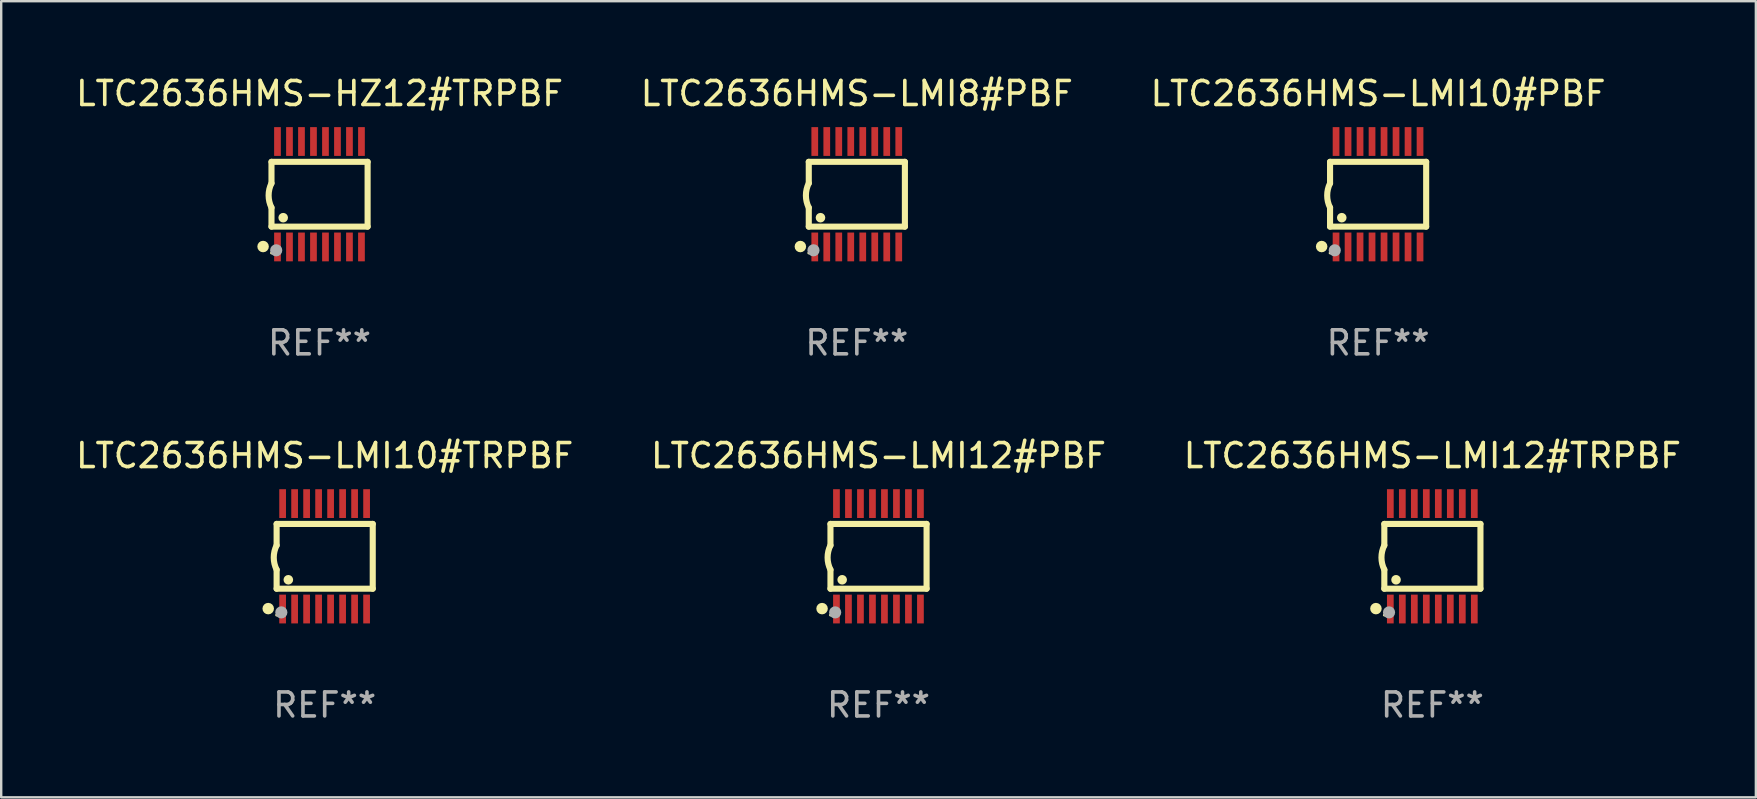
<source format=kicad_pcb>
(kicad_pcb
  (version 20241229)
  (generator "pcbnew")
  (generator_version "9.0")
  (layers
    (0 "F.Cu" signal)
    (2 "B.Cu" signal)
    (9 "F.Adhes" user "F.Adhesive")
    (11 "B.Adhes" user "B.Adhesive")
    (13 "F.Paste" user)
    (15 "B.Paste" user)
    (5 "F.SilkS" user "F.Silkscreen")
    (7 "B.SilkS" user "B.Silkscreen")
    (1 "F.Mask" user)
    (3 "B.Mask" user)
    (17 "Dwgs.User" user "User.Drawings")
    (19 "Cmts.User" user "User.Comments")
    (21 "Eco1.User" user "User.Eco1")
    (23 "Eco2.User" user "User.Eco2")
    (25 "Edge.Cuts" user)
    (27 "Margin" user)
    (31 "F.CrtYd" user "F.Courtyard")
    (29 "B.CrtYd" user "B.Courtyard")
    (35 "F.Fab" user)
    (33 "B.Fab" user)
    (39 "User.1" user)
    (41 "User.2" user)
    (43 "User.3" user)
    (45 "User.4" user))
  (footprint "LTC2636HMS-HZ12#TRPBF"
    (layer "F.Cu")
    (at 10.268 5.045)
    (property "Reference" "LTC2636HMS-HZ12#TRPBF" (at 0 -4.197 0) (layer "F.SilkS") (effects (font (size 1 1) (thickness 0.15))))
    (attr through_hole)
    (fp_line (start -2.003 -1.35) (end -2.003 -0.457) (stroke (width 0.254) (type solid)) (layer "F.SilkS"))
    (fp_line (start -2.003 -1.35) (end 2.003 -1.35) (stroke (width 0.254) (type solid)) (layer "F.SilkS"))
    (fp_line (start -2.003 1.35) (end -2.003 0.559) (stroke (width 0.254) (type solid)) (layer "F.SilkS"))
    (fp_line (start -2.003 1.35) (end 2.003 1.35) (stroke (width 0.254) (type solid)) (layer "F.SilkS"))
    (fp_line (start 2.003 -1.35) (end 2.003 1.35) (stroke (width 0.254) (type solid)) (layer "F.SilkS"))
    (fp_arc (start -2.002286 0.558802) (mid -2.122556 0.05092) (end -2.003302 -0.457201) (stroke (width 0.254001) (type solid)) (layer "F.SilkS"))
    (fp_circle (center -2.353 2.18) (end -2.233 2.18) (stroke (width 0.24) (type solid)) (fill no) (layer "F.SilkS"))
    (fp_circle (center -2.003 2.45) (end -1.973 2.45) (stroke (width 0.06) (type solid)) (fill no) (layer "F.SilkS"))
    (fp_circle (center -1.515 0.978) (end -1.415 0.978) (stroke (width 0.2) (type solid)) (fill no) (layer "F.SilkS"))
    (fp_circle (center -1.807 2.337) (end -1.68 2.337) (stroke (width 0.254) (type solid)) (fill no) (layer "F.Fab"))
    (fp_text user "REF**" (at 0 6.197 0) (layer "F.Fab") (effects (font (size 1 1) (thickness 0.15))))
    (pad "1" smd rect (at -1.753 2.197 90) (size 1.2 0.28) (layers "F.Cu" "F.Mask" "F.Paste"))
    (pad "2" smd rect (at -1.253 2.197 90) (size 1.2 0.28) (layers "F.Cu" "F.Mask" "F.Paste"))
    (pad "3" smd rect (at -0.753 2.197 90) (size 1.2 0.28) (layers "F.Cu" "F.Mask" "F.Paste"))
    (pad "4" smd rect (at -0.253 2.197 90) (size 1.2 0.28) (layers "F.Cu" "F.Mask" "F.Paste"))
    (pad "5" smd rect (at 0.247 2.197 90) (size 1.2 0.28) (layers "F.Cu" "F.Mask" "F.Paste"))
    (pad "6" smd rect (at 0.747 2.197 90) (size 1.2 0.28) (layers "F.Cu" "F.Mask" "F.Paste"))
    (pad "7" smd rect (at 1.247 2.197 90) (size 1.2 0.28) (layers "F.Cu" "F.Mask" "F.Paste"))
    (pad "8" smd rect (at 1.747 2.197 90) (size 1.2 0.28) (layers "F.Cu" "F.Mask" "F.Paste"))
    (pad "9" smd rect (at 1.747 -2.197 90) (size 1.2 0.28) (layers "F.Cu" "F.Mask" "F.Paste"))
    (pad "10" smd rect (at 1.247 -2.197 90) (size 1.2 0.28) (layers "F.Cu" "F.Mask" "F.Paste"))
    (pad "11" smd rect (at 0.747 -2.197 90) (size 1.2 0.28) (layers "F.Cu" "F.Mask" "F.Paste"))
    (pad "12" smd rect (at 0.247 -2.197 90) (size 1.2 0.28) (layers "F.Cu" "F.Mask" "F.Paste"))
    (pad "13" smd rect (at -0.253 -2.197 90) (size 1.2 0.28) (layers "F.Cu" "F.Mask" "F.Paste"))
    (pad "14" smd rect (at -0.753 -2.197 90) (size 1.2 0.28) (layers "F.Cu" "F.Mask" "F.Paste"))
    (pad "15" smd rect (at -1.253 -2.197 90) (size 1.2 0.28) (layers "F.Cu" "F.Mask" "F.Paste"))
    (pad "16" smd rect (at -1.753 -2.197 90) (size 1.2 0.28) (layers "F.Cu" "F.Mask" "F.Paste")))
  (footprint "LTC2636HMS-LMI8#PBF"
    (layer "F.Cu")
    (at 32.661 5.045)
    (property "Reference" "LTC2636HMS-LMI8#PBF" (at 0 -4.197 0) (layer "F.SilkS") (effects (font (size 1 1) (thickness 0.15))))
    (attr through_hole)
    (fp_line (start -2.003 -1.35) (end -2.003 -0.457) (stroke (width 0.254) (type solid)) (layer "F.SilkS"))
    (fp_line (start -2.003 -1.35) (end 2.003 -1.35) (stroke (width 0.254) (type solid)) (layer "F.SilkS"))
    (fp_line (start -2.003 1.35) (end -2.003 0.559) (stroke (width 0.254) (type solid)) (layer "F.SilkS"))
    (fp_line (start -2.003 1.35) (end 2.003 1.35) (stroke (width 0.254) (type solid)) (layer "F.SilkS"))
    (fp_line (start 2.003 -1.35) (end 2.003 1.35) (stroke (width 0.254) (type solid)) (layer "F.SilkS"))
    (fp_arc (start -2.002286 0.558802) (mid -2.122556 0.05092) (end -2.003302 -0.457201) (stroke (width 0.254001) (type solid)) (layer "F.SilkS"))
    (fp_circle (center -2.353 2.18) (end -2.233 2.18) (stroke (width 0.24) (type solid)) (fill no) (layer "F.SilkS"))
    (fp_circle (center -2.003 2.45) (end -1.973 2.45) (stroke (width 0.06) (type solid)) (fill no) (layer "F.SilkS"))
    (fp_circle (center -1.515 0.978) (end -1.415 0.978) (stroke (width 0.2) (type solid)) (fill no) (layer "F.SilkS"))
    (fp_circle (center -1.807 2.337) (end -1.68 2.337) (stroke (width 0.254) (type solid)) (fill no) (layer "F.Fab"))
    (fp_text user "REF**" (at 0 6.197 0) (layer "F.Fab") (effects (font (size 1 1) (thickness 0.15))))
    (pad "1" smd rect (at -1.753 2.197 90) (size 1.2 0.28) (layers "F.Cu" "F.Mask" "F.Paste"))
    (pad "2" smd rect (at -1.253 2.197 90) (size 1.2 0.28) (layers "F.Cu" "F.Mask" "F.Paste"))
    (pad "3" smd rect (at -0.753 2.197 90) (size 1.2 0.28) (layers "F.Cu" "F.Mask" "F.Paste"))
    (pad "4" smd rect (at -0.253 2.197 90) (size 1.2 0.28) (layers "F.Cu" "F.Mask" "F.Paste"))
    (pad "5" smd rect (at 0.247 2.197 90) (size 1.2 0.28) (layers "F.Cu" "F.Mask" "F.Paste"))
    (pad "6" smd rect (at 0.747 2.197 90) (size 1.2 0.28) (layers "F.Cu" "F.Mask" "F.Paste"))
    (pad "7" smd rect (at 1.247 2.197 90) (size 1.2 0.28) (layers "F.Cu" "F.Mask" "F.Paste"))
    (pad "8" smd rect (at 1.747 2.197 90) (size 1.2 0.28) (layers "F.Cu" "F.Mask" "F.Paste"))
    (pad "9" smd rect (at 1.747 -2.197 90) (size 1.2 0.28) (layers "F.Cu" "F.Mask" "F.Paste"))
    (pad "10" smd rect (at 1.247 -2.197 90) (size 1.2 0.28) (layers "F.Cu" "F.Mask" "F.Paste"))
    (pad "11" smd rect (at 0.747 -2.197 90) (size 1.2 0.28) (layers "F.Cu" "F.Mask" "F.Paste"))
    (pad "12" smd rect (at 0.247 -2.197 90) (size 1.2 0.28) (layers "F.Cu" "F.Mask" "F.Paste"))
    (pad "13" smd rect (at -0.253 -2.197 90) (size 1.2 0.28) (layers "F.Cu" "F.Mask" "F.Paste"))
    (pad "14" smd rect (at -0.753 -2.197 90) (size 1.2 0.28) (layers "F.Cu" "F.Mask" "F.Paste"))
    (pad "15" smd rect (at -1.253 -2.197 90) (size 1.2 0.28) (layers "F.Cu" "F.Mask" "F.Paste"))
    (pad "16" smd rect (at -1.753 -2.197 90) (size 1.2 0.28) (layers "F.Cu" "F.Mask" "F.Paste")))
  (footprint "LTC2636HMS-LMI12#TRPBF"
    (layer "F.Cu")
    (at 56.649 20.136)
    (property "Reference" "LTC2636HMS-LMI12#TRPBF" (at 0 -4.197 0) (layer "F.SilkS") (effects (font (size 1 1) (thickness 0.15))))
    (attr through_hole)
    (fp_line (start -2.003 -1.35) (end -2.003 -0.457) (stroke (width 0.254) (type solid)) (layer "F.SilkS"))
    (fp_line (start -2.003 -1.35) (end 2.003 -1.35) (stroke (width 0.254) (type solid)) (layer "F.SilkS"))
    (fp_line (start -2.003 1.35) (end -2.003 0.559) (stroke (width 0.254) (type solid)) (layer "F.SilkS"))
    (fp_line (start -2.003 1.35) (end 2.003 1.35) (stroke (width 0.254) (type solid)) (layer "F.SilkS"))
    (fp_line (start 2.003 -1.35) (end 2.003 1.35) (stroke (width 0.254) (type solid)) (layer "F.SilkS"))
    (fp_arc (start -2.002286 0.558802) (mid -2.122556 0.05092) (end -2.003302 -0.457201) (stroke (width 0.254001) (type solid)) (layer "F.SilkS"))
    (fp_circle (center -2.353 2.18) (end -2.233 2.18) (stroke (width 0.24) (type solid)) (fill no) (layer "F.SilkS"))
    (fp_circle (center -2.003 2.45) (end -1.973 2.45) (stroke (width 0.06) (type solid)) (fill no) (layer "F.SilkS"))
    (fp_circle (center -1.515 0.978) (end -1.415 0.978) (stroke (width 0.2) (type solid)) (fill no) (layer "F.SilkS"))
    (fp_circle (center -1.807 2.337) (end -1.68 2.337) (stroke (width 0.254) (type solid)) (fill no) (layer "F.Fab"))
    (fp_text user "REF**" (at 0 6.197 0) (layer "F.Fab") (effects (font (size 1 1) (thickness 0.15))))
    (pad "1" smd rect (at -1.753 2.197 90) (size 1.2 0.28) (layers "F.Cu" "F.Mask" "F.Paste"))
    (pad "2" smd rect (at -1.253 2.197 90) (size 1.2 0.28) (layers "F.Cu" "F.Mask" "F.Paste"))
    (pad "3" smd rect (at -0.753 2.197 90) (size 1.2 0.28) (layers "F.Cu" "F.Mask" "F.Paste"))
    (pad "4" smd rect (at -0.253 2.197 90) (size 1.2 0.28) (layers "F.Cu" "F.Mask" "F.Paste"))
    (pad "5" smd rect (at 0.247 2.197 90) (size 1.2 0.28) (layers "F.Cu" "F.Mask" "F.Paste"))
    (pad "6" smd rect (at 0.747 2.197 90) (size 1.2 0.28) (layers "F.Cu" "F.Mask" "F.Paste"))
    (pad "7" smd rect (at 1.247 2.197 90) (size 1.2 0.28) (layers "F.Cu" "F.Mask" "F.Paste"))
    (pad "8" smd rect (at 1.747 2.197 90) (size 1.2 0.28) (layers "F.Cu" "F.Mask" "F.Paste"))
    (pad "9" smd rect (at 1.747 -2.197 90) (size 1.2 0.28) (layers "F.Cu" "F.Mask" "F.Paste"))
    (pad "10" smd rect (at 1.247 -2.197 90) (size 1.2 0.28) (layers "F.Cu" "F.Mask" "F.Paste"))
    (pad "11" smd rect (at 0.747 -2.197 90) (size 1.2 0.28) (layers "F.Cu" "F.Mask" "F.Paste"))
    (pad "12" smd rect (at 0.247 -2.197 90) (size 1.2 0.28) (layers "F.Cu" "F.Mask" "F.Paste"))
    (pad "13" smd rect (at -0.253 -2.197 90) (size 1.2 0.28) (layers "F.Cu" "F.Mask" "F.Paste"))
    (pad "14" smd rect (at -0.753 -2.197 90) (size 1.2 0.28) (layers "F.Cu" "F.Mask" "F.Paste"))
    (pad "15" smd rect (at -1.253 -2.197 90) (size 1.2 0.28) (layers "F.Cu" "F.Mask" "F.Paste"))
    (pad "16" smd rect (at -1.753 -2.197 90) (size 1.2 0.28) (layers "F.Cu" "F.Mask" "F.Paste")))
  (footprint "LTC2636HMS-LMI10#PBF"
    (layer "F.Cu")
    (at 54.387 5.045)
    (property "Reference" "LTC2636HMS-LMI10#PBF" (at 0 -4.197 0) (layer "F.SilkS") (effects (font (size 1 1) (thickness 0.15))))
    (attr through_hole)
    (fp_line (start -2.003 -1.35) (end -2.003 -0.457) (stroke (width 0.254) (type solid)) (layer "F.SilkS"))
    (fp_line (start -2.003 -1.35) (end 2.003 -1.35) (stroke (width 0.254) (type solid)) (layer "F.SilkS"))
    (fp_line (start -2.003 1.35) (end -2.003 0.559) (stroke (width 0.254) (type solid)) (layer "F.SilkS"))
    (fp_line (start -2.003 1.35) (end 2.003 1.35) (stroke (width 0.254) (type solid)) (layer "F.SilkS"))
    (fp_line (start 2.003 -1.35) (end 2.003 1.35) (stroke (width 0.254) (type solid)) (layer "F.SilkS"))
    (fp_arc (start -2.002286 0.558802) (mid -2.122556 0.05092) (end -2.003302 -0.457201) (stroke (width 0.254001) (type solid)) (layer "F.SilkS"))
    (fp_circle (center -2.353 2.18) (end -2.233 2.18) (stroke (width 0.24) (type solid)) (fill no) (layer "F.SilkS"))
    (fp_circle (center -2.003 2.45) (end -1.973 2.45) (stroke (width 0.06) (type solid)) (fill no) (layer "F.SilkS"))
    (fp_circle (center -1.515 0.978) (end -1.415 0.978) (stroke (width 0.2) (type solid)) (fill no) (layer "F.SilkS"))
    (fp_circle (center -1.807 2.337) (end -1.68 2.337) (stroke (width 0.254) (type solid)) (fill no) (layer "F.Fab"))
    (fp_text user "REF**" (at 0 6.197 0) (layer "F.Fab") (effects (font (size 1 1) (thickness 0.15))))
    (pad "1" smd rect (at -1.753 2.197 90) (size 1.2 0.28) (layers "F.Cu" "F.Mask" "F.Paste"))
    (pad "2" smd rect (at -1.253 2.197 90) (size 1.2 0.28) (layers "F.Cu" "F.Mask" "F.Paste"))
    (pad "3" smd rect (at -0.753 2.197 90) (size 1.2 0.28) (layers "F.Cu" "F.Mask" "F.Paste"))
    (pad "4" smd rect (at -0.253 2.197 90) (size 1.2 0.28) (layers "F.Cu" "F.Mask" "F.Paste"))
    (pad "5" smd rect (at 0.247 2.197 90) (size 1.2 0.28) (layers "F.Cu" "F.Mask" "F.Paste"))
    (pad "6" smd rect (at 0.747 2.197 90) (size 1.2 0.28) (layers "F.Cu" "F.Mask" "F.Paste"))
    (pad "7" smd rect (at 1.247 2.197 90) (size 1.2 0.28) (layers "F.Cu" "F.Mask" "F.Paste"))
    (pad "8" smd rect (at 1.747 2.197 90) (size 1.2 0.28) (layers "F.Cu" "F.Mask" "F.Paste"))
    (pad "9" smd rect (at 1.747 -2.197 90) (size 1.2 0.28) (layers "F.Cu" "F.Mask" "F.Paste"))
    (pad "10" smd rect (at 1.247 -2.197 90) (size 1.2 0.28) (layers "F.Cu" "F.Mask" "F.Paste"))
    (pad "11" smd rect (at 0.747 -2.197 90) (size 1.2 0.28) (layers "F.Cu" "F.Mask" "F.Paste"))
    (pad "12" smd rect (at 0.247 -2.197 90) (size 1.2 0.28) (layers "F.Cu" "F.Mask" "F.Paste"))
    (pad "13" smd rect (at -0.253 -2.197 90) (size 1.2 0.28) (layers "F.Cu" "F.Mask" "F.Paste"))
    (pad "14" smd rect (at -0.753 -2.197 90) (size 1.2 0.28) (layers "F.Cu" "F.Mask" "F.Paste"))
    (pad "15" smd rect (at -1.253 -2.197 90) (size 1.2 0.28) (layers "F.Cu" "F.Mask" "F.Paste"))
    (pad "16" smd rect (at -1.753 -2.197 90) (size 1.2 0.28) (layers "F.Cu" "F.Mask" "F.Paste")))
  (footprint "LTC2636HMS-LMI10#TRPBF"
    (layer "F.Cu")
    (at 10.482 20.136)
    (property "Reference" "LTC2636HMS-LMI10#TRPBF" (at 0 -4.197 0) (layer "F.SilkS") (effects (font (size 1 1) (thickness 0.15))))
    (attr through_hole)
    (fp_line (start -2.003 -1.35) (end -2.003 -0.457) (stroke (width 0.254) (type solid)) (layer "F.SilkS"))
    (fp_line (start -2.003 -1.35) (end 2.003 -1.35) (stroke (width 0.254) (type solid)) (layer "F.SilkS"))
    (fp_line (start -2.003 1.35) (end -2.003 0.559) (stroke (width 0.254) (type solid)) (layer "F.SilkS"))
    (fp_line (start -2.003 1.35) (end 2.003 1.35) (stroke (width 0.254) (type solid)) (layer "F.SilkS"))
    (fp_line (start 2.003 -1.35) (end 2.003 1.35) (stroke (width 0.254) (type solid)) (layer "F.SilkS"))
    (fp_arc (start -2.002286 0.558802) (mid -2.122556 0.05092) (end -2.003302 -0.457201) (stroke (width 0.254001) (type solid)) (layer "F.SilkS"))
    (fp_circle (center -2.353 2.18) (end -2.233 2.18) (stroke (width 0.24) (type solid)) (fill no) (layer "F.SilkS"))
    (fp_circle (center -2.003 2.45) (end -1.973 2.45) (stroke (width 0.06) (type solid)) (fill no) (layer "F.SilkS"))
    (fp_circle (center -1.515 0.978) (end -1.415 0.978) (stroke (width 0.2) (type solid)) (fill no) (layer "F.SilkS"))
    (fp_circle (center -1.807 2.337) (end -1.68 2.337) (stroke (width 0.254) (type solid)) (fill no) (layer "F.Fab"))
    (fp_text user "REF**" (at 0 6.197 0) (layer "F.Fab") (effects (font (size 1 1) (thickness 0.15))))
    (pad "1" smd rect (at -1.753 2.197 90) (size 1.2 0.28) (layers "F.Cu" "F.Mask" "F.Paste"))
    (pad "2" smd rect (at -1.253 2.197 90) (size 1.2 0.28) (layers "F.Cu" "F.Mask" "F.Paste"))
    (pad "3" smd rect (at -0.753 2.197 90) (size 1.2 0.28) (layers "F.Cu" "F.Mask" "F.Paste"))
    (pad "4" smd rect (at -0.253 2.197 90) (size 1.2 0.28) (layers "F.Cu" "F.Mask" "F.Paste"))
    (pad "5" smd rect (at 0.247 2.197 90) (size 1.2 0.28) (layers "F.Cu" "F.Mask" "F.Paste"))
    (pad "6" smd rect (at 0.747 2.197 90) (size 1.2 0.28) (layers "F.Cu" "F.Mask" "F.Paste"))
    (pad "7" smd rect (at 1.247 2.197 90) (size 1.2 0.28) (layers "F.Cu" "F.Mask" "F.Paste"))
    (pad "8" smd rect (at 1.747 2.197 90) (size 1.2 0.28) (layers "F.Cu" "F.Mask" "F.Paste"))
    (pad "9" smd rect (at 1.747 -2.197 90) (size 1.2 0.28) (layers "F.Cu" "F.Mask" "F.Paste"))
    (pad "10" smd rect (at 1.247 -2.197 90) (size 1.2 0.28) (layers "F.Cu" "F.Mask" "F.Paste"))
    (pad "11" smd rect (at 0.747 -2.197 90) (size 1.2 0.28) (layers "F.Cu" "F.Mask" "F.Paste"))
    (pad "12" smd rect (at 0.247 -2.197 90) (size 1.2 0.28) (layers "F.Cu" "F.Mask" "F.Paste"))
    (pad "13" smd rect (at -0.253 -2.197 90) (size 1.2 0.28) (layers "F.Cu" "F.Mask" "F.Paste"))
    (pad "14" smd rect (at -0.753 -2.197 90) (size 1.2 0.28) (layers "F.Cu" "F.Mask" "F.Paste"))
    (pad "15" smd rect (at -1.253 -2.197 90) (size 1.2 0.28) (layers "F.Cu" "F.Mask" "F.Paste"))
    (pad "16" smd rect (at -1.753 -2.197 90) (size 1.2 0.28) (layers "F.Cu" "F.Mask" "F.Paste")))
  (footprint "LTC2636HMS-LMI12#PBF"
    (layer "F.Cu")
    (at 33.565 20.136)
    (property "Reference" "LTC2636HMS-LMI12#PBF" (at 0 -4.197 0) (layer "F.SilkS") (effects (font (size 1 1) (thickness 0.15))))
    (attr through_hole)
    (fp_line (start -2.003 -1.35) (end -2.003 -0.457) (stroke (width 0.254) (type solid)) (layer "F.SilkS"))
    (fp_line (start -2.003 -1.35) (end 2.003 -1.35) (stroke (width 0.254) (type solid)) (layer "F.SilkS"))
    (fp_line (start -2.003 1.35) (end -2.003 0.559) (stroke (width 0.254) (type solid)) (layer "F.SilkS"))
    (fp_line (start -2.003 1.35) (end 2.003 1.35) (stroke (width 0.254) (type solid)) (layer "F.SilkS"))
    (fp_line (start 2.003 -1.35) (end 2.003 1.35) (stroke (width 0.254) (type solid)) (layer "F.SilkS"))
    (fp_arc (start -2.002286 0.558802) (mid -2.122556 0.05092) (end -2.003302 -0.457201) (stroke (width 0.254001) (type solid)) (layer "F.SilkS"))
    (fp_circle (center -2.353 2.18) (end -2.233 2.18) (stroke (width 0.24) (type solid)) (fill no) (layer "F.SilkS"))
    (fp_circle (center -2.003 2.45) (end -1.973 2.45) (stroke (width 0.06) (type solid)) (fill no) (layer "F.SilkS"))
    (fp_circle (center -1.515 0.978) (end -1.415 0.978) (stroke (width 0.2) (type solid)) (fill no) (layer "F.SilkS"))
    (fp_circle (center -1.807 2.337) (end -1.68 2.337) (stroke (width 0.254) (type solid)) (fill no) (layer "F.Fab"))
    (fp_text user "REF**" (at 0 6.197 0) (layer "F.Fab") (effects (font (size 1 1) (thickness 0.15))))
    (pad "1" smd rect (at -1.753 2.197 90) (size 1.2 0.28) (layers "F.Cu" "F.Mask" "F.Paste"))
    (pad "2" smd rect (at -1.253 2.197 90) (size 1.2 0.28) (layers "F.Cu" "F.Mask" "F.Paste"))
    (pad "3" smd rect (at -0.753 2.197 90) (size 1.2 0.28) (layers "F.Cu" "F.Mask" "F.Paste"))
    (pad "4" smd rect (at -0.253 2.197 90) (size 1.2 0.28) (layers "F.Cu" "F.Mask" "F.Paste"))
    (pad "5" smd rect (at 0.247 2.197 90) (size 1.2 0.28) (layers "F.Cu" "F.Mask" "F.Paste"))
    (pad "6" smd rect (at 0.747 2.197 90) (size 1.2 0.28) (layers "F.Cu" "F.Mask" "F.Paste"))
    (pad "7" smd rect (at 1.247 2.197 90) (size 1.2 0.28) (layers "F.Cu" "F.Mask" "F.Paste"))
    (pad "8" smd rect (at 1.747 2.197 90) (size 1.2 0.28) (layers "F.Cu" "F.Mask" "F.Paste"))
    (pad "9" smd rect (at 1.747 -2.197 90) (size 1.2 0.28) (layers "F.Cu" "F.Mask" "F.Paste"))
    (pad "10" smd rect (at 1.247 -2.197 90) (size 1.2 0.28) (layers "F.Cu" "F.Mask" "F.Paste"))
    (pad "11" smd rect (at 0.747 -2.197 90) (size 1.2 0.28) (layers "F.Cu" "F.Mask" "F.Paste"))
    (pad "12" smd rect (at 0.247 -2.197 90) (size 1.2 0.28) (layers "F.Cu" "F.Mask" "F.Paste"))
    (pad "13" smd rect (at -0.253 -2.197 90) (size 1.2 0.28) (layers "F.Cu" "F.Mask" "F.Paste"))
    (pad "14" smd rect (at -0.753 -2.197 90) (size 1.2 0.28) (layers "F.Cu" "F.Mask" "F.Paste"))
    (pad "15" smd rect (at -1.253 -2.197 90) (size 1.2 0.28) (layers "F.Cu" "F.Mask" "F.Paste"))
    (pad "16" smd rect (at -1.753 -2.197 90) (size 1.2 0.28) (layers "F.Cu" "F.Mask" "F.Paste")))
  (gr_rect
    (start -3 -3)
    (end 70.131 30.181)
    (stroke (width 0.1) (type default))
    (fill no)
    (layer "Edge.Cuts")))
</source>
